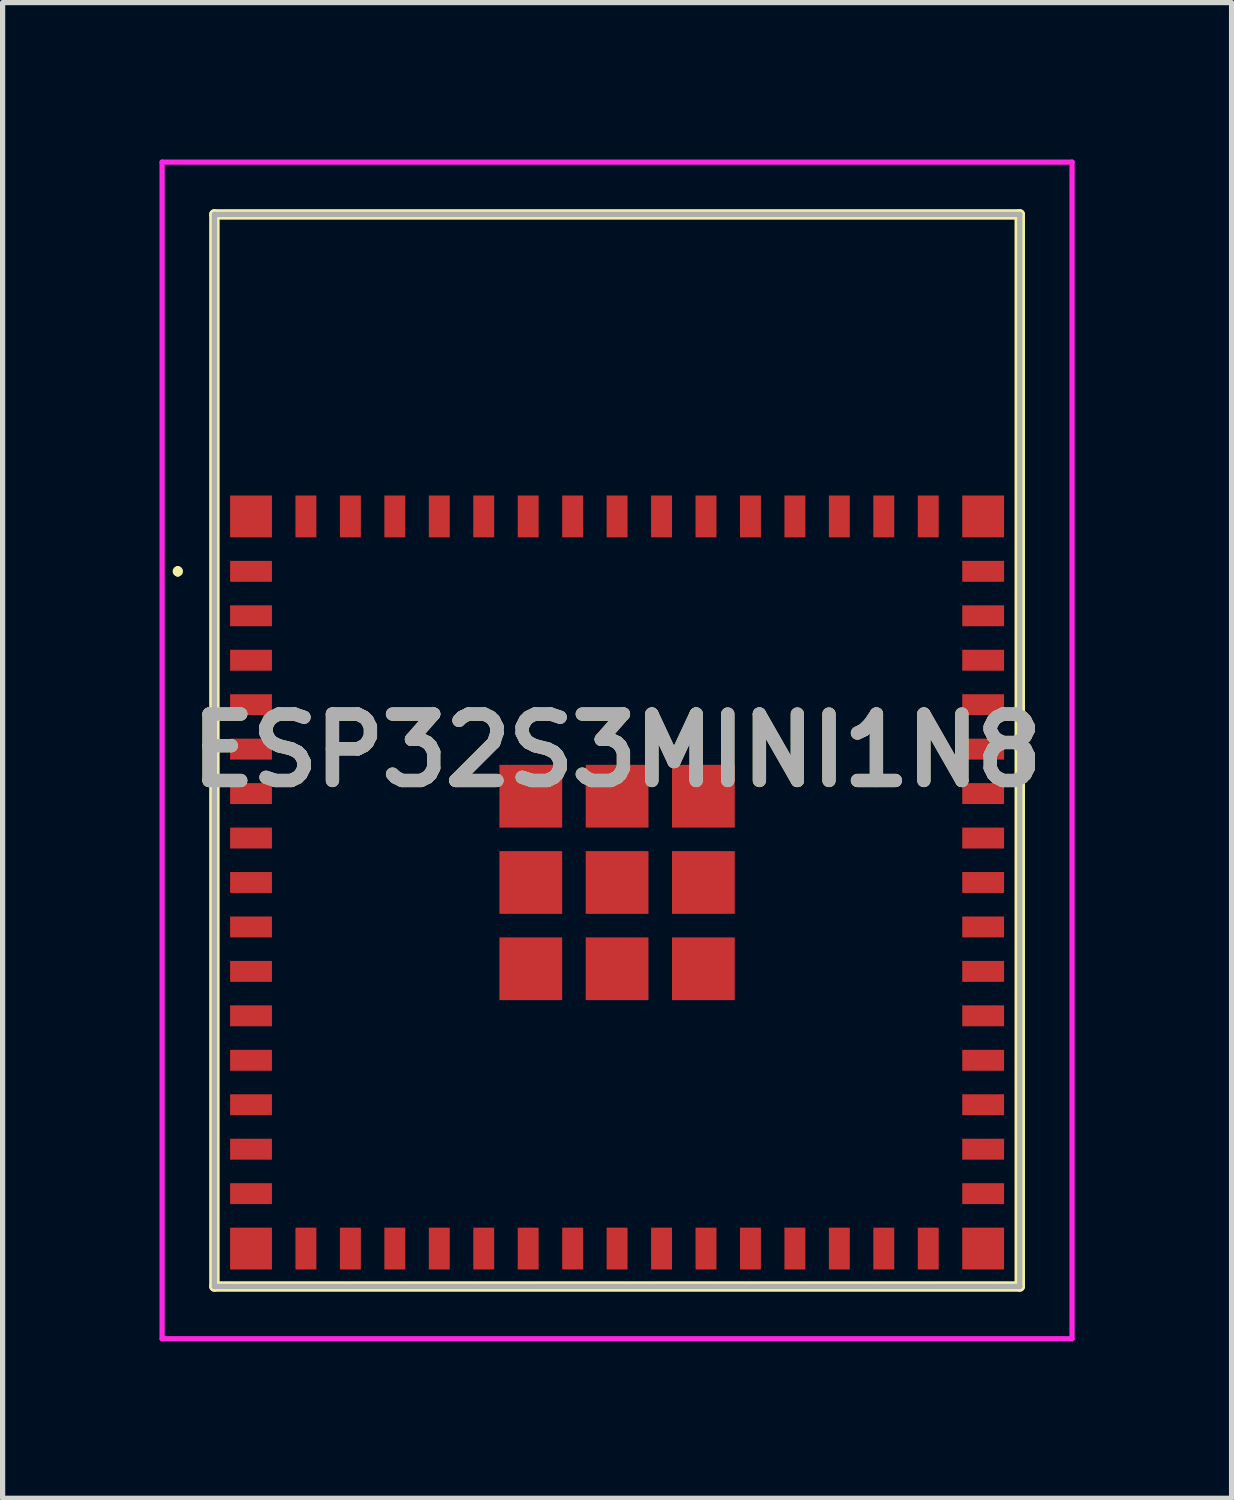
<source format=kicad_pcb>
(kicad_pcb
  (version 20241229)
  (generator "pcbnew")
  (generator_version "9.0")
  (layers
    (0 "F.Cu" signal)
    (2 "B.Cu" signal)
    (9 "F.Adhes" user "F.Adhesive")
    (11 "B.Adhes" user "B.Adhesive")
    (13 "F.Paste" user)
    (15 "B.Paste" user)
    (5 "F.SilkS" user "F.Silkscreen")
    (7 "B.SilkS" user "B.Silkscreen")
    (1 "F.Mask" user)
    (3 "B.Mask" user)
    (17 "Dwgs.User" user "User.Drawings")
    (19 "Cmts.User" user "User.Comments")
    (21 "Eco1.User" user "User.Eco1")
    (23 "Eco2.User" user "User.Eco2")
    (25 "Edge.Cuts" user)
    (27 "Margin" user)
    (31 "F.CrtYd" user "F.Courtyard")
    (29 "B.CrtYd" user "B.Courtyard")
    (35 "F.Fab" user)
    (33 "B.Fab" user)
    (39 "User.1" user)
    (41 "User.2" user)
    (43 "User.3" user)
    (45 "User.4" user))
  (footprint "ESP32S3MINI1N8"
    (layer "F.Cu")
    (at 8.75 11.3)
    (property "Reference" "ESP32S3MINI1N8" (at 0 0 0) (layer "F.SilkS") (effects (font (size 1.27 1.27) (thickness 0.254))))
    (attr smd)
    (fp_line (start -8.4 -3.475) (end -8.4 -3.475) (stroke (width 0.1) (type solid)) (layer "F.SilkS"))
    (fp_line (start -8.4 -3.375) (end -8.4 -3.375) (stroke (width 0.1) (type solid)) (layer "F.SilkS"))
    (fp_line (start -7.7 -10.25) (end 7.7 -10.25) (stroke (width 0.2) (type solid)) (layer "F.SilkS"))
    (fp_line (start -7.7 10.25) (end -7.7 -10.25) (stroke (width 0.2) (type solid)) (layer "F.SilkS"))
    (fp_line (start 7.7 -10.25) (end 7.7 10.25) (stroke (width 0.2) (type solid)) (layer "F.SilkS"))
    (fp_line (start 7.7 10.25) (end -7.7 10.25) (stroke (width 0.2) (type solid)) (layer "F.SilkS"))
    (fp_arc (start -8.4 -3.475) (mid -8.35 -3.425) (end -8.4 -3.375) (stroke (width 0.1) (type solid)) (layer "F.SilkS"))
    (fp_arc (start -8.4 -3.375) (mid -8.45 -3.425) (end -8.4 -3.475) (stroke (width 0.1) (type solid)) (layer "F.SilkS"))
    (fp_line (start -8.7 -11.25) (end 8.7 -11.25) (stroke (width 0.1) (type solid)) (layer "F.CrtYd"))
    (fp_line (start -8.7 11.25) (end -8.7 -11.25) (stroke (width 0.1) (type solid)) (layer "F.CrtYd"))
    (fp_line (start 8.7 -11.25) (end 8.7 11.25) (stroke (width 0.1) (type solid)) (layer "F.CrtYd"))
    (fp_line (start 8.7 11.25) (end -8.7 11.25) (stroke (width 0.1) (type solid)) (layer "F.CrtYd"))
    (fp_line (start -7.7 -10.25) (end 7.7 -10.25) (stroke (width 0.1) (type solid)) (layer "F.Fab"))
    (fp_line (start -7.7 10.25) (end -7.7 -10.25) (stroke (width 0.1) (type solid)) (layer "F.Fab"))
    (fp_line (start 7.7 -10.25) (end 7.7 10.25) (stroke (width 0.1) (type solid)) (layer "F.Fab"))
    (fp_line (start 7.7 10.25) (end -7.7 10.25) (stroke (width 0.1) (type solid)) (layer "F.Fab"))
    (fp_text user "${REFERENCE}" (at 0 0 0) (layer "F.Fab") (effects (font (size 1.27 1.27) (thickness 0.254))))
    (pad "1" smd rect (at -7 -3.425 90) (size 0.4 0.8) (layers "F.Cu" "F.Mask" "F.Paste"))
    (pad "2" smd rect (at -7 -2.575 90) (size 0.4 0.8) (layers "F.Cu" "F.Mask" "F.Paste"))
    (pad "3" smd rect (at -7 -1.725 90) (size 0.4 0.8) (layers "F.Cu" "F.Mask" "F.Paste"))
    (pad "4" smd rect (at -7 -0.875 90) (size 0.4 0.8) (layers "F.Cu" "F.Mask" "F.Paste"))
    (pad "5" smd rect (at -7 -0.025 90) (size 0.4 0.8) (layers "F.Cu" "F.Mask" "F.Paste"))
    (pad "6" smd rect (at -7 0.825 90) (size 0.4 0.8) (layers "F.Cu" "F.Mask" "F.Paste"))
    (pad "7" smd rect (at -7 1.675 90) (size 0.4 0.8) (layers "F.Cu" "F.Mask" "F.Paste"))
    (pad "8" smd rect (at -7 2.525 90) (size 0.4 0.8) (layers "F.Cu" "F.Mask" "F.Paste"))
    (pad "9" smd rect (at -7 3.375 90) (size 0.4 0.8) (layers "F.Cu" "F.Mask" "F.Paste"))
    (pad "10" smd rect (at -7 4.225 90) (size 0.4 0.8) (layers "F.Cu" "F.Mask" "F.Paste"))
    (pad "11" smd rect (at -7 5.075 90) (size 0.4 0.8) (layers "F.Cu" "F.Mask" "F.Paste"))
    (pad "12" smd rect (at -7 5.925 90) (size 0.4 0.8) (layers "F.Cu" "F.Mask" "F.Paste"))
    (pad "13" smd rect (at -7 6.775 90) (size 0.4 0.8) (layers "F.Cu" "F.Mask" "F.Paste"))
    (pad "14" smd rect (at -7 7.625 90) (size 0.4 0.8) (layers "F.Cu" "F.Mask" "F.Paste"))
    (pad "15" smd rect (at -7 8.475 90) (size 0.4 0.8) (layers "F.Cu" "F.Mask" "F.Paste"))
    (pad "16" smd rect (at -5.95 9.525) (size 0.4 0.8) (layers "F.Cu" "F.Mask" "F.Paste"))
    (pad "17" smd rect (at -5.1 9.525) (size 0.4 0.8) (layers "F.Cu" "F.Mask" "F.Paste"))
    (pad "18" smd rect (at -4.25 9.525) (size 0.4 0.8) (layers "F.Cu" "F.Mask" "F.Paste"))
    (pad "19" smd rect (at -3.4 9.525) (size 0.4 0.8) (layers "F.Cu" "F.Mask" "F.Paste"))
    (pad "20" smd rect (at -2.55 9.525) (size 0.4 0.8) (layers "F.Cu" "F.Mask" "F.Paste"))
    (pad "21" smd rect (at -1.7 9.525) (size 0.4 0.8) (layers "F.Cu" "F.Mask" "F.Paste"))
    (pad "22" smd rect (at -0.85 9.525) (size 0.4 0.8) (layers "F.Cu" "F.Mask" "F.Paste"))
    (pad "23" smd rect (at 0 9.525) (size 0.4 0.8) (layers "F.Cu" "F.Mask" "F.Paste"))
    (pad "24" smd rect (at 0.85 9.525) (size 0.4 0.8) (layers "F.Cu" "F.Mask" "F.Paste"))
    (pad "25" smd rect (at 1.7 9.525) (size 0.4 0.8) (layers "F.Cu" "F.Mask" "F.Paste"))
    (pad "26" smd rect (at 2.55 9.525) (size 0.4 0.8) (layers "F.Cu" "F.Mask" "F.Paste"))
    (pad "27" smd rect (at 3.4 9.525) (size 0.4 0.8) (layers "F.Cu" "F.Mask" "F.Paste"))
    (pad "28" smd rect (at 4.25 9.525) (size 0.4 0.8) (layers "F.Cu" "F.Mask" "F.Paste"))
    (pad "29" smd rect (at 5.1 9.525) (size 0.4 0.8) (layers "F.Cu" "F.Mask" "F.Paste"))
    (pad "30" smd rect (at 5.95 9.525) (size 0.4 0.8) (layers "F.Cu" "F.Mask" "F.Paste"))
    (pad "31" smd rect (at 7 8.475 90) (size 0.4 0.8) (layers "F.Cu" "F.Mask" "F.Paste"))
    (pad "32" smd rect (at 7 7.625 90) (size 0.4 0.8) (layers "F.Cu" "F.Mask" "F.Paste"))
    (pad "33" smd rect (at 7 6.775 90) (size 0.4 0.8) (layers "F.Cu" "F.Mask" "F.Paste"))
    (pad "34" smd rect (at 7 5.925 90) (size 0.4 0.8) (layers "F.Cu" "F.Mask" "F.Paste"))
    (pad "35" smd rect (at 7 5.075 90) (size 0.4 0.8) (layers "F.Cu" "F.Mask" "F.Paste"))
    (pad "36" smd rect (at 7 4.225 90) (size 0.4 0.8) (layers "F.Cu" "F.Mask" "F.Paste"))
    (pad "37" smd rect (at 7 3.375 90) (size 0.4 0.8) (layers "F.Cu" "F.Mask" "F.Paste"))
    (pad "38" smd rect (at 7 2.525 90) (size 0.4 0.8) (layers "F.Cu" "F.Mask" "F.Paste"))
    (pad "39" smd rect (at 7 1.675 90) (size 0.4 0.8) (layers "F.Cu" "F.Mask" "F.Paste"))
    (pad "40" smd rect (at 7 0.825 90) (size 0.4 0.8) (layers "F.Cu" "F.Mask" "F.Paste"))
    (pad "41" smd rect (at 7 -0.025 90) (size 0.4 0.8) (layers "F.Cu" "F.Mask" "F.Paste"))
    (pad "42" smd rect (at 7 -0.875 90) (size 0.4 0.8) (layers "F.Cu" "F.Mask" "F.Paste"))
    (pad "43" smd rect (at 7 -1.725 90) (size 0.4 0.8) (layers "F.Cu" "F.Mask" "F.Paste"))
    (pad "44" smd rect (at 7 -2.575 90) (size 0.4 0.8) (layers "F.Cu" "F.Mask" "F.Paste"))
    (pad "45" smd rect (at 7 -3.425 90) (size 0.4 0.8) (layers "F.Cu" "F.Mask" "F.Paste"))
    (pad "46" smd rect (at 5.95 -4.475) (size 0.4 0.8) (layers "F.Cu" "F.Mask" "F.Paste"))
    (pad "47" smd rect (at 5.1 -4.475) (size 0.4 0.8) (layers "F.Cu" "F.Mask" "F.Paste"))
    (pad "48" smd rect (at 4.25 -4.475) (size 0.4 0.8) (layers "F.Cu" "F.Mask" "F.Paste"))
    (pad "49" smd rect (at 3.4 -4.475) (size 0.4 0.8) (layers "F.Cu" "F.Mask" "F.Paste"))
    (pad "50" smd rect (at 2.55 -4.475) (size 0.4 0.8) (layers "F.Cu" "F.Mask" "F.Paste"))
    (pad "51" smd rect (at 1.7 -4.475) (size 0.4 0.8) (layers "F.Cu" "F.Mask" "F.Paste"))
    (pad "52" smd rect (at 0.85 -4.475) (size 0.4 0.8) (layers "F.Cu" "F.Mask" "F.Paste"))
    (pad "53" smd rect (at 0 -4.475) (size 0.4 0.8) (layers "F.Cu" "F.Mask" "F.Paste"))
    (pad "54" smd rect (at -0.85 -4.475) (size 0.4 0.8) (layers "F.Cu" "F.Mask" "F.Paste"))
    (pad "55" smd rect (at -1.7 -4.475) (size 0.4 0.8) (layers "F.Cu" "F.Mask" "F.Paste"))
    (pad "56" smd rect (at -2.55 -4.475) (size 0.4 0.8) (layers "F.Cu" "F.Mask" "F.Paste"))
    (pad "57" smd rect (at -3.4 -4.475) (size 0.4 0.8) (layers "F.Cu" "F.Mask" "F.Paste"))
    (pad "58" smd rect (at -4.25 -4.475) (size 0.4 0.8) (layers "F.Cu" "F.Mask" "F.Paste"))
    (pad "59" smd rect (at -5.1 -4.475) (size 0.4 0.8) (layers "F.Cu" "F.Mask" "F.Paste"))
    (pad "60" smd rect (at -5.95 -4.475) (size 0.4 0.8) (layers "F.Cu" "F.Mask" "F.Paste"))
    (pad "61" smd rect (at 0 2.525) (size 1.2 1.2) (layers "F.Cu" "F.Mask" "F.Paste"))
    (pad "62" smd rect (at -7 -4.475) (size 0.8 0.8) (layers "F.Cu" "F.Mask" "F.Paste"))
    (pad "63" smd rect (at -7 9.525) (size 0.8 0.8) (layers "F.Cu" "F.Mask" "F.Paste"))
    (pad "64" smd rect (at 7 9.525) (size 0.8 0.8) (layers "F.Cu" "F.Mask" "F.Paste"))
    (pad "65" smd rect (at 7 -4.475) (size 0.8 0.8) (layers "F.Cu" "F.Mask" "F.Paste"))
    (pad "66" smd rect (at -1.65 0.875) (size 1.2 1.2) (layers "F.Cu" "F.Mask" "F.Paste"))
    (pad "67" smd rect (at -1.65 2.525) (size 1.2 1.2) (layers "F.Cu" "F.Mask" "F.Paste"))
    (pad "68" smd rect (at -1.65 4.175) (size 1.2 1.2) (layers "F.Cu" "F.Mask" "F.Paste"))
    (pad "69" smd rect (at 0 4.175) (size 1.2 1.2) (layers "F.Cu" "F.Mask" "F.Paste"))
    (pad "70" smd rect (at 1.65 4.175) (size 1.2 1.2) (layers "F.Cu" "F.Mask" "F.Paste"))
    (pad "71" smd rect (at 1.65 2.525) (size 1.2 1.2) (layers "F.Cu" "F.Mask" "F.Paste"))
    (pad "72" smd rect (at 1.65 0.875) (size 1.2 1.2) (layers "F.Cu" "F.Mask" "F.Paste"))
    (pad "73" smd rect (at 0 0.875) (size 1.2 1.2) (layers "F.Cu" "F.Mask" "F.Paste")))
  (gr_rect
    (start -3 -3)
    (end 20.5 25.6)
    (stroke (width 0.1) (type default))
    (fill no)
    (layer "Edge.Cuts")))
</source>
